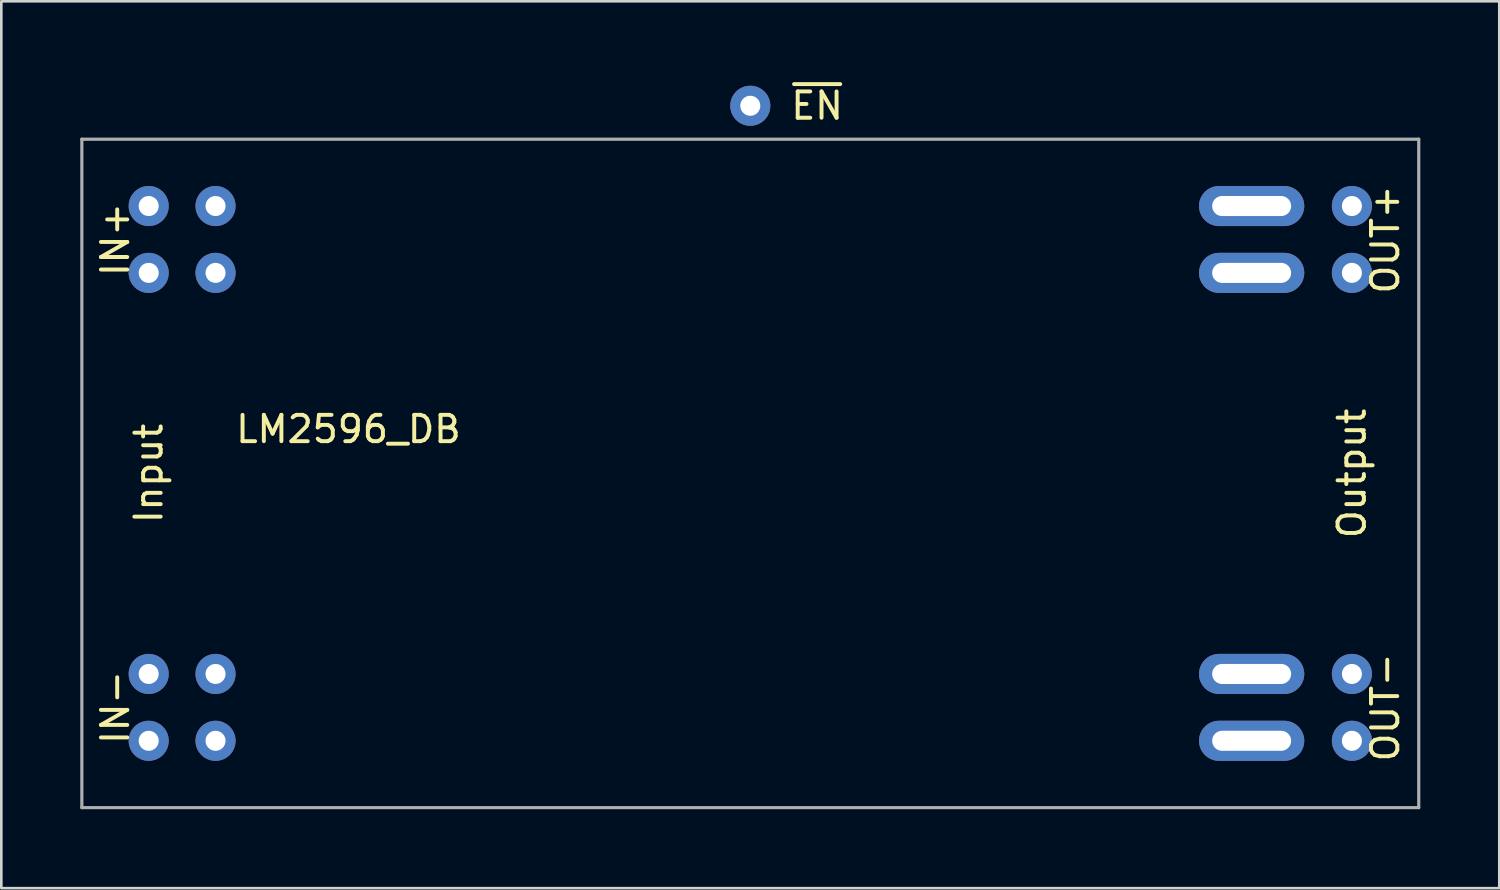
<source format=kicad_pcb>
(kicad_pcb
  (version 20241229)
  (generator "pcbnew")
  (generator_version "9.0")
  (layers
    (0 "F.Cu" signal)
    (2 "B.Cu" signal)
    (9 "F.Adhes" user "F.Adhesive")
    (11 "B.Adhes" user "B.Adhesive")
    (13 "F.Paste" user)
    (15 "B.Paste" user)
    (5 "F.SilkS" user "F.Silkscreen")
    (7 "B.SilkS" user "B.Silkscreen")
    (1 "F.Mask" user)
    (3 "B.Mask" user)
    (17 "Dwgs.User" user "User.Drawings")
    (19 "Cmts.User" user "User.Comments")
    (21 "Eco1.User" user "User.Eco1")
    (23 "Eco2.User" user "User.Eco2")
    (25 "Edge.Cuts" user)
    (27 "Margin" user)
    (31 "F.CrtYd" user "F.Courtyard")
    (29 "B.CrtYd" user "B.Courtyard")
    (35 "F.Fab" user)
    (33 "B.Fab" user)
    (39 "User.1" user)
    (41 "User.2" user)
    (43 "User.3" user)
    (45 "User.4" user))
  (footprint "LM2596_DB"
    (layer "F.Cu")
    (at 2.6 4.779)
    (property "Reference" "LM2596_DB" (at 7.59 8.48 0) (layer "F.SilkS") (effects (font (size 1 1) (thickness 0.15))))
    (attr through_hole)
    (fp_line (start -2.54 -2.54) (end 48.26 -2.54) (stroke (width 0.12) (type solid)) (layer "F.Fab"))
    (fp_line (start -2.54 22.86) (end -2.54 -2.54) (stroke (width 0.12) (type solid)) (layer "F.Fab"))
    (fp_line (start 48.26 -2.54) (end 48.26 22.86) (stroke (width 0.12) (type solid)) (layer "F.Fab"))
    (fp_line (start 48.26 22.86) (end -2.54 22.86) (stroke (width 0.12) (type solid)) (layer "F.Fab"))
    (fp_text user "OUT+" (at 46.99 1.27 90) (layer "F.SilkS") (effects (font (size 1 1) (thickness 0.15))))
    (fp_text user "~{EN}" (at 25.4 -3.81 0) (layer "F.SilkS") (effects (font (size 1 1) (thickness 0.15))))
    (fp_text user "OUT-" (at 46.99 19.05 90) (layer "F.SilkS") (effects (font (size 1 1) (thickness 0.15))))
    (fp_text user "Output" (at 45.72 10.16 90) (layer "F.SilkS") (effects (font (size 1 1) (thickness 0.15))))
    (fp_text user "Input" (at 0 10.16 90) (layer "F.SilkS") (effects (font (size 1 1) (thickness 0.15))))
    (fp_text user "IN+" (at -1.27 1.27 90) (layer "F.SilkS") (effects (font (size 1 1) (thickness 0.15))))
    (fp_text user "IN-" (at -1.27 19.05 90) (layer "F.SilkS") (effects (font (size 1 1) (thickness 0.15))))
    (pad "1" thru_hole circle (at 0 0) (size 1.524 1.524) (drill 0.762) (layers "*.Cu" "*.Mask"))
    (pad "1" thru_hole circle (at 0 2.54) (size 1.524 1.524) (drill 0.762) (layers "*.Cu" "*.Mask"))
    (pad "1" thru_hole circle (at 2.54 0) (size 1.524 1.524) (drill 0.762) (layers "*.Cu" "*.Mask"))
    (pad "1" thru_hole circle (at 2.54 2.54) (size 1.524 1.524) (drill 0.762) (layers "*.Cu" "*.Mask"))
    (pad "2" thru_hole circle (at 0 17.78) (size 1.524 1.524) (drill 0.762) (layers "*.Cu" "*.Mask"))
    (pad "2" thru_hole circle (at 0 20.32) (size 1.524 1.524) (drill 0.762) (layers "*.Cu" "*.Mask"))
    (pad "2" thru_hole circle (at 2.54 17.78) (size 1.524 1.524) (drill 0.762) (layers "*.Cu" "*.Mask"))
    (pad "2" thru_hole circle (at 2.54 20.32) (size 1.524 1.524) (drill 0.762) (layers "*.Cu" "*.Mask"))
    (pad "3" thru_hole oval (at 41.91 0) (size 4 1.524) (drill oval 3 0.762) (layers "*.Cu" "*.Mask"))
    (pad "3" thru_hole oval (at 41.91 2.54) (size 4 1.524) (drill oval 3 0.762) (layers "*.Cu" "*.Mask"))
    (pad "3" thru_hole circle (at 45.72 0) (size 1.524 1.524) (drill 0.762) (layers "*.Cu" "*.Mask"))
    (pad "3" thru_hole circle (at 45.72 2.54) (size 1.524 1.524) (drill 0.762) (layers "*.Cu" "*.Mask"))
    (pad "4" thru_hole oval (at 41.91 17.78) (size 4 1.524) (drill oval 3 0.762) (layers "*.Cu" "*.Mask"))
    (pad "4" thru_hole oval (at 41.91 20.32) (size 4 1.524) (drill oval 3 0.762) (layers "*.Cu" "*.Mask"))
    (pad "4" thru_hole circle (at 45.72 17.78) (size 1.524 1.524) (drill 0.762) (layers "*.Cu" "*.Mask"))
    (pad "4" thru_hole circle (at 45.72 20.32) (size 1.524 1.524) (drill 0.762) (layers "*.Cu" "*.Mask"))
    (pad "5" thru_hole circle (at 22.86 -3.81) (size 1.524 1.524) (drill 0.762) (layers "*.Cu" "*.Mask")))
  (gr_rect
    (start -3 -3)
    (end 53.92 30.699)
    (stroke (width 0.1) (type default))
    (fill no)
    (layer "Edge.Cuts")))
</source>
